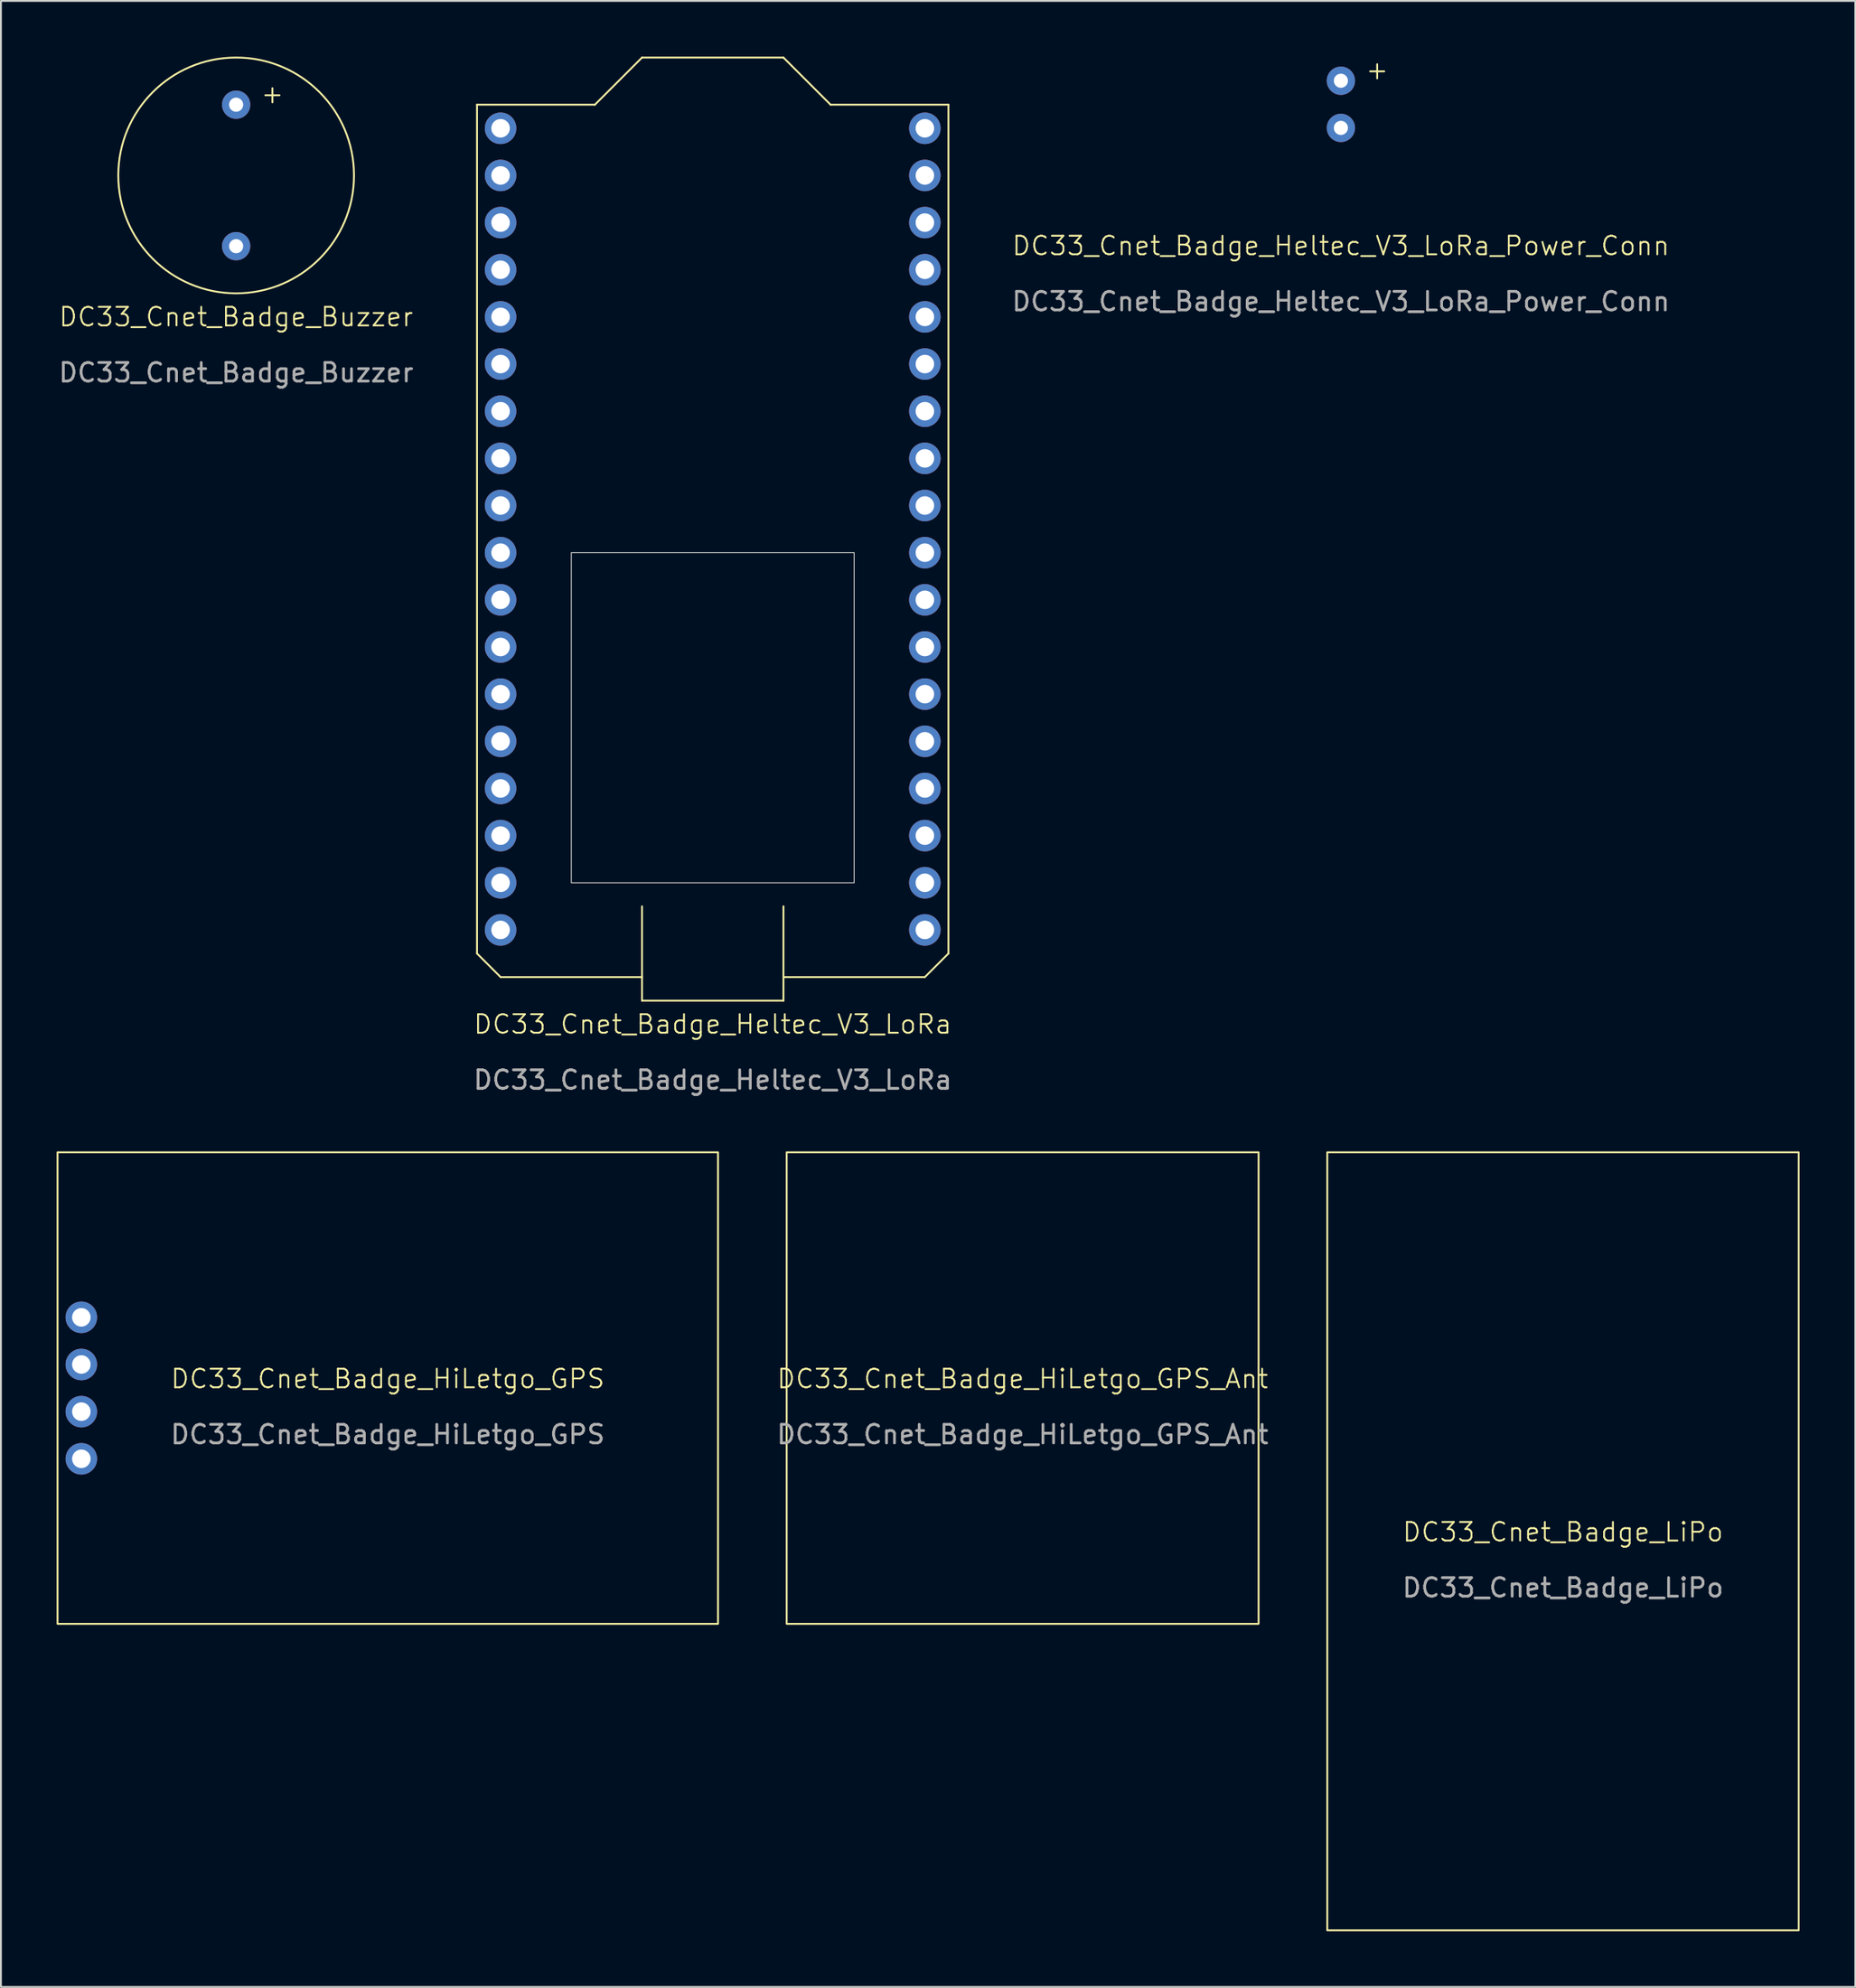
<source format=kicad_pcb>
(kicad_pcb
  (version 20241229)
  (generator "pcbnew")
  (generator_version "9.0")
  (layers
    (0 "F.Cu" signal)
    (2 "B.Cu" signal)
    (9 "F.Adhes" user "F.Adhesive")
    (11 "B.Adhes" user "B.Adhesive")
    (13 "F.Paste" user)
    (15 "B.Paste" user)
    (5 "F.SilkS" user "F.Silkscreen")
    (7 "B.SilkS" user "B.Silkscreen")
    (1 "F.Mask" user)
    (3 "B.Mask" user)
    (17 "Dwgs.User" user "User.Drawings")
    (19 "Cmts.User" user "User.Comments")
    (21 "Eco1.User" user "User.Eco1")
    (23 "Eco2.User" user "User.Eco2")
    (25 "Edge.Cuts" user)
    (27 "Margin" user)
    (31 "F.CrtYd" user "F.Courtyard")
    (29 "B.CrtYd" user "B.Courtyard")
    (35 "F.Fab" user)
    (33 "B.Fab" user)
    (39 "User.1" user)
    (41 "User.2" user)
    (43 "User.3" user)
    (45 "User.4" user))
  (footprint "DC33_Cnet_Badge_Heltec_V3_LoRa"
    (layer "F.Cu")
    (at 35.351 26.72)
    (property "Reference" "DC33_Cnet_Badge_Heltec_V3_LoRa" (at 0 25.4 0) (unlocked yes) (layer "F.SilkS") (effects (font (size 1 1) (thickness 0.1))))
    (attr through_hole)
    (fp_line (start -12.7 -24.13) (end -12.7 21.59) (stroke (width 0.1) (type default)) (layer "F.SilkS"))
    (fp_line (start -12.7 21.59) (end -11.43 22.86) (stroke (width 0.1) (type default)) (layer "F.SilkS"))
    (fp_line (start -11.43 22.86) (end -3.81 22.86) (stroke (width 0.1) (type default)) (layer "F.SilkS"))
    (fp_line (start -6.35 -24.13) (end -12.7 -24.13) (stroke (width 0.1) (type default)) (layer "F.SilkS"))
    (fp_line (start -6.35 -24.13) (end -3.81 -26.67) (stroke (width 0.1) (type default)) (layer "F.SilkS"))
    (fp_line (start -3.81 -26.67) (end 3.81 -26.67) (stroke (width 0.1) (type default)) (layer "F.SilkS"))
    (fp_line (start -3.81 24.13) (end -3.81 19.05) (stroke (width 0.1) (type default)) (layer "F.SilkS"))
    (fp_line (start 3.81 -26.67) (end 6.35 -24.13) (stroke (width 0.1) (type default)) (layer "F.SilkS"))
    (fp_line (start 3.81 19.05) (end 3.81 24.13) (stroke (width 0.1) (type default)) (layer "F.SilkS"))
    (fp_line (start 3.81 24.13) (end -3.81 24.13) (stroke (width 0.1) (type default)) (layer "F.SilkS"))
    (fp_line (start 6.35 -24.13) (end 12.7 -24.13) (stroke (width 0.1) (type default)) (layer "F.SilkS"))
    (fp_line (start 11.43 22.86) (end 3.81 22.86) (stroke (width 0.1) (type default)) (layer "F.SilkS"))
    (fp_line (start 12.7 -24.13) (end 12.7 21.59) (stroke (width 0.1) (type default)) (layer "F.SilkS"))
    (fp_line (start 12.7 21.59) (end 11.43 22.86) (stroke (width 0.1) (type default)) (layer "F.SilkS"))
    (fp_rect (start -7.62 0) (end 7.62 17.78) (stroke (width 0.05) (type default)) (fill no) (layer "Edge.Cuts"))
    (fp_text user "${REFERENCE}" (at 0 28.4 0) (unlocked yes) (layer "F.Fab") (effects (font (size 1 1) (thickness 0.15))))
    (pad "1" thru_hole circle (at 11.43 20.32) (size 1.7 1.7) (drill 1) (layers "*.Cu" "*.Mask"))
    (pad "2" thru_hole circle (at 11.43 17.78) (size 1.7 1.7) (drill 1) (layers "*.Cu" "*.Mask"))
    (pad "3" thru_hole circle (at 11.43 15.24) (size 1.7 1.7) (drill 1) (layers "*.Cu" "*.Mask"))
    (pad "4" thru_hole circle (at 11.43 12.7) (size 1.7 1.7) (drill 1) (layers "*.Cu" "*.Mask"))
    (pad "5" thru_hole circle (at 11.43 10.16) (size 1.7 1.7) (drill 1) (layers "*.Cu" "*.Mask"))
    (pad "6" thru_hole circle (at 11.43 7.62) (size 1.7 1.7) (drill 1) (layers "*.Cu" "*.Mask"))
    (pad "7" thru_hole circle (at 11.43 5.08) (size 1.7 1.7) (drill 1) (layers "*.Cu" "*.Mask"))
    (pad "8" thru_hole circle (at 11.43 2.54) (size 1.7 1.7) (drill 1) (layers "*.Cu" "*.Mask"))
    (pad "9" thru_hole circle (at 11.43 0) (size 1.7 1.7) (drill 1) (layers "*.Cu" "*.Mask"))
    (pad "10" thru_hole circle (at 11.43 -2.54) (size 1.7 1.7) (drill 1) (layers "*.Cu" "*.Mask"))
    (pad "11" thru_hole circle (at 11.43 -5.08) (size 1.7 1.7) (drill 1) (layers "*.Cu" "*.Mask"))
    (pad "12" thru_hole circle (at 11.43 -7.62) (size 1.7 1.7) (drill 1) (layers "*.Cu" "*.Mask"))
    (pad "13" thru_hole circle (at 11.43 -10.16) (size 1.7 1.7) (drill 1) (layers "*.Cu" "*.Mask"))
    (pad "14" thru_hole circle (at 11.43 -12.7) (size 1.7 1.7) (drill 1) (layers "*.Cu" "*.Mask"))
    (pad "15" thru_hole circle (at 11.43 -15.24) (size 1.7 1.7) (drill 1) (layers "*.Cu" "*.Mask"))
    (pad "16" thru_hole circle (at 11.43 -17.78) (size 1.7 1.7) (drill 1) (layers "*.Cu" "*.Mask"))
    (pad "17" thru_hole circle (at 11.43 -20.32) (size 1.7 1.7) (drill 1) (layers "*.Cu" "*.Mask"))
    (pad "18" thru_hole circle (at 11.43 -22.86) (size 1.7 1.7) (drill 1) (layers "*.Cu" "*.Mask"))
    (pad "19" thru_hole circle (at -11.43 -22.86) (size 1.7 1.7) (drill 1) (layers "*.Cu" "*.Mask"))
    (pad "20" thru_hole circle (at -11.43 -20.32) (size 1.7 1.7) (drill 1) (layers "*.Cu" "*.Mask"))
    (pad "21" thru_hole circle (at -11.43 -17.78) (size 1.7 1.7) (drill 1) (layers "*.Cu" "*.Mask"))
    (pad "22" thru_hole circle (at -11.43 -15.24) (size 1.7 1.7) (drill 1) (layers "*.Cu" "*.Mask"))
    (pad "23" thru_hole circle (at -11.43 -12.7) (size 1.7 1.7) (drill 1) (layers "*.Cu" "*.Mask"))
    (pad "24" thru_hole circle (at -11.43 -10.16) (size 1.7 1.7) (drill 1) (layers "*.Cu" "*.Mask"))
    (pad "25" thru_hole circle (at -11.43 -7.62) (size 1.7 1.7) (drill 1) (layers "*.Cu" "*.Mask"))
    (pad "26" thru_hole circle (at -11.43 -5.08) (size 1.7 1.7) (drill 1) (layers "*.Cu" "*.Mask"))
    (pad "27" thru_hole circle (at -11.43 -2.54) (size 1.7 1.7) (drill 1) (layers "*.Cu" "*.Mask"))
    (pad "28" thru_hole circle (at -11.43 0) (size 1.7 1.7) (drill 1) (layers "*.Cu" "*.Mask"))
    (pad "29" thru_hole circle (at -11.43 2.54) (size 1.7 1.7) (drill 1) (layers "*.Cu" "*.Mask"))
    (pad "30" thru_hole circle (at -11.43 5.08) (size 1.7 1.7) (drill 1) (layers "*.Cu" "*.Mask"))
    (pad "31" thru_hole circle (at -11.43 7.62) (size 1.7 1.7) (drill 1) (layers "*.Cu" "*.Mask"))
    (pad "32" thru_hole circle (at -11.43 10.16) (size 1.7 1.7) (drill 1) (layers "*.Cu" "*.Mask"))
    (pad "33" thru_hole circle (at -11.43 12.7) (size 1.7 1.7) (drill 1) (layers "*.Cu" "*.Mask"))
    (pad "34" thru_hole circle (at -11.43 15.24) (size 1.7 1.7) (drill 1) (layers "*.Cu" "*.Mask"))
    (pad "35" thru_hole circle (at -11.43 17.78) (size 1.7 1.7) (drill 1) (layers "*.Cu" "*.Mask"))
    (pad "36" thru_hole circle (at -11.43 20.32) (size 1.7 1.7) (drill 1) (layers "*.Cu" "*.Mask")))
  (footprint "DC33_Cnet_Badge_Heltec_V3_LoRa_Power_Conn"
    (layer "F.Cu")
    (at 69.196 2.57)
    (property "Reference" "DC33_Cnet_Badge_Heltec_V3_LoRa_Power_Conn" (at 0 7.62 0) (unlocked yes) (layer "F.SilkS") (effects (font (size 1 1) (thickness 0.1))))
    (attr through_hole)
    (fp_text user "+" (at 1.27 -1.27 0) (unlocked yes) (layer "F.SilkS") (effects (font (size 1 1) (thickness 0.1)) (justify left bottom)))
    (fp_text user "${REFERENCE}" (at 0 10.62 0) (unlocked yes) (layer "F.Fab") (effects (font (size 1 1) (thickness 0.15))))
    (pad "1" thru_hole circle (at 0 -1.27) (size 1.524 1.524) (drill 0.762) (layers "*.Cu" "*.Mask"))
    (pad "2" thru_hole circle (at 0 1.27) (size 1.524 1.524) (drill 0.762) (layers "*.Cu" "*.Mask")))
  (footprint "DC33_Cnet_Badge_Buzzer"
    (layer "F.Cu")
    (at 9.673 6.4)
    (property "Reference" "DC33_Cnet_Badge_Buzzer" (at 0 7.62 0) (unlocked yes) (layer "F.SilkS") (effects (font (size 1 1) (thickness 0.1))))
    (attr through_hole)
    (fp_circle (center 0 0) (end 6.35 0) (stroke (width 0.1) (type default)) (fill no) (layer "F.SilkS"))
    (fp_text user "+" (at 1.27 -3.81 0) (unlocked yes) (layer "F.SilkS") (effects (font (size 1 1) (thickness 0.1)) (justify left bottom)))
    (fp_text user "${REFERENCE}" (at 0 10.62 0) (unlocked yes) (layer "F.Fab") (effects (font (size 1 1) (thickness 0.15))))
    (pad "1" thru_hole circle (at 0 -3.81) (size 1.524 1.524) (drill 0.762) (layers "*.Cu" "*.Mask"))
    (pad "2" thru_hole circle (at 0 3.81) (size 1.524 1.524) (drill 0.762) (layers "*.Cu" "*.Mask")))
  (footprint "DC33_Cnet_Badge_HiLetgo_GPS_Ant"
    (layer "F.Cu")
    (at 52.048 71.718)
    (property "Reference" "DC33_Cnet_Badge_HiLetgo_GPS_Ant" (at 0 -0.5 0) (unlocked yes) (layer "F.SilkS") (effects (font (size 1 1) (thickness 0.1))))
    (attr through_hole)
    (fp_rect (start -12.713 -12.7) (end 12.713 12.7) (stroke (width 0.1) (type default)) (fill no) (layer "F.SilkS"))
    (fp_text user "${REFERENCE}" (at 0 2.5 0) (unlocked yes) (layer "F.Fab") (effects (font (size 1 1) (thickness 0.15)))))
  (footprint "DC33_Cnet_Badge_LiPo"
    (layer "F.Cu")
    (at 81.162 79.973)
    (property "Reference" "DC33_Cnet_Badge_LiPo" (at 0 -0.5 0) (unlocked yes) (layer "F.SilkS") (effects (font (size 1 1) (thickness 0.1))))
    (attr through_hole)
    (fp_rect (start -12.7 -20.955) (end 12.7 20.955) (stroke (width 0.1) (type default)) (fill no) (layer "F.SilkS"))
    (fp_text user "${REFERENCE}" (at 0 2.5 0) (unlocked yes) (layer "F.Fab") (effects (font (size 1 1) (thickness 0.15)))))
  (footprint "DC33_Cnet_Badge_HiLetgo_GPS"
    (layer "F.Cu")
    (at 17.843 71.718)
    (property "Reference" "DC33_Cnet_Badge_HiLetgo_GPS" (at 0 -0.5 0) (unlocked yes) (layer "F.SilkS") (effects (font (size 1 1) (thickness 0.1))))
    (attr through_hole)
    (fp_rect (start -17.793 -12.7) (end 17.793 12.7) (stroke (width 0.1) (type default)) (fill no) (layer "F.SilkS"))
    (fp_text user "${REFERENCE}" (at 0 2.5 0) (unlocked yes) (layer "F.Fab") (effects (font (size 1 1) (thickness 0.15))))
    (pad "1" thru_hole circle (at -16.51 3.81 90) (size 1.7 1.7) (drill 1) (layers "*.Cu" "*.Mask"))
    (pad "2" thru_hole circle (at -16.51 1.27 90) (size 1.7 1.7) (drill 1) (layers "*.Cu" "*.Mask"))
    (pad "3" thru_hole circle (at -16.51 -1.27 90) (size 1.7 1.7) (drill 1) (layers "*.Cu" "*.Mask"))
    (pad "4" thru_hole circle (at -16.51 -3.81 90) (size 1.7 1.7) (drill 1) (layers "*.Cu" "*.Mask")))
  (gr_rect
    (start -3 -3)
    (end 96.912 103.978)
    (stroke (width 0.1) (type default))
    (fill no)
    (layer "Edge.Cuts")))
</source>
